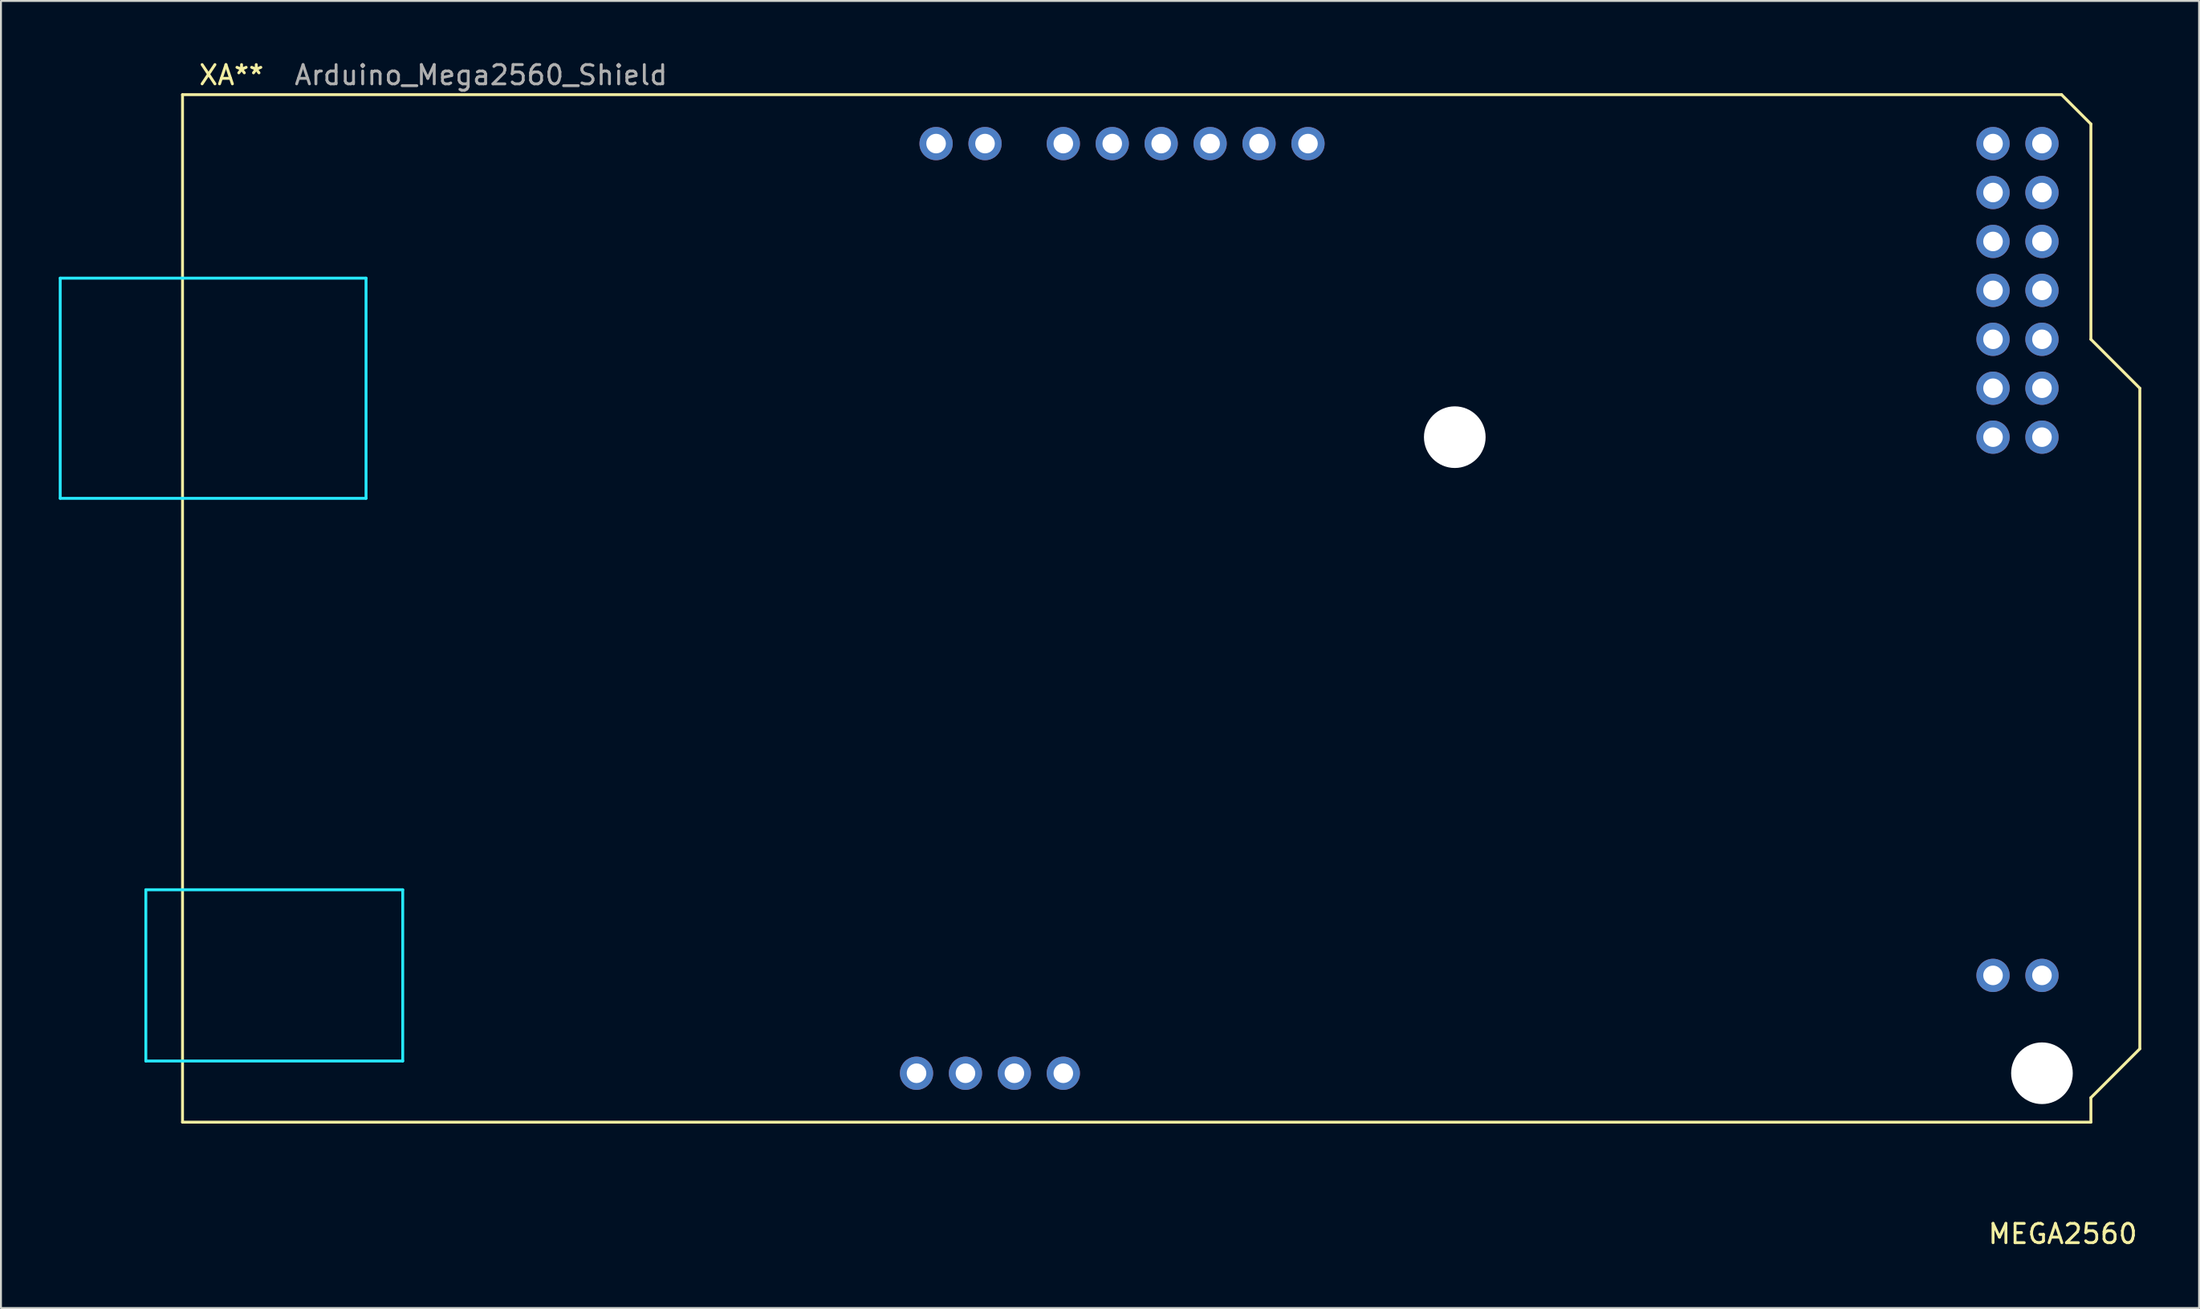
<source format=kicad_pcb>
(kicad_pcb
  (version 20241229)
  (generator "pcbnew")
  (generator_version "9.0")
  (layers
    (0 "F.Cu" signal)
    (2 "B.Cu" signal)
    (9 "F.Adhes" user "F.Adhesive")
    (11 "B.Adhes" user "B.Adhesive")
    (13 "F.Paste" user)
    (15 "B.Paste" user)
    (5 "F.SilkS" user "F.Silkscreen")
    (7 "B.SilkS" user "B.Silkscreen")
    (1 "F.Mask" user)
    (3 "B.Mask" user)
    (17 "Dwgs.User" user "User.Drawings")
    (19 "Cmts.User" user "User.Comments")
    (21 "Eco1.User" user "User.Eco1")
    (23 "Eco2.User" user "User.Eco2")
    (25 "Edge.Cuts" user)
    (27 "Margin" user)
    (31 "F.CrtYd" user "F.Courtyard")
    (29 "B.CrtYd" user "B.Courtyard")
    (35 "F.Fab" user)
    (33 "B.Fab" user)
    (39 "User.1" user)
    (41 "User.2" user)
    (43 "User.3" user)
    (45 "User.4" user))
  (footprint "MEGA2560"
    (layer "F.Cu")
    (at 54.425 29.104)
    (property "Reference" "MEGA2560" (at 49.6 31.9 0) (layer "F.SilkS") (effects (font (size 1 1) (thickness 0.15))))
    (attr through_hole)
    (fp_line (start -48 -27.24) (end -48 26.1) (stroke (width 0.15) (type solid)) (layer "F.SilkS"))
    (fp_line (start -48 -27.24) (end 49.536 -27.24) (stroke (width 0.15) (type solid)) (layer "F.SilkS"))
    (fp_line (start -48 26.1) (end 51.06 26.1) (stroke (width 0.15) (type solid)) (layer "F.SilkS"))
    (fp_line (start 49.536 -27.24) (end 51.06 -25.716) (stroke (width 0.15) (type solid)) (layer "F.SilkS"))
    (fp_line (start 51.06 -14.54) (end 51.06 -25.716) (stroke (width 0.15) (type solid)) (layer "F.SilkS"))
    (fp_line (start 51.06 24.83) (end 53.6 22.29) (stroke (width 0.15) (type solid)) (layer "F.SilkS"))
    (fp_line (start 51.06 26.1) (end 51.06 24.83) (stroke (width 0.15) (type solid)) (layer "F.SilkS"))
    (fp_line (start 53.6 -12) (end 51.06 -14.54) (stroke (width 0.15) (type solid)) (layer "F.SilkS"))
    (fp_line (start 53.6 22.29) (end 53.6 -12) (stroke (width 0.15) (type solid)) (layer "F.SilkS"))
    (fp_line (start -54.35 -17.715) (end -54.35 -6.285) (stroke (width 0.15) (type solid)) (layer "B.CrtYd"))
    (fp_line (start -49.905 14.035) (end -49.905 22.925) (stroke (width 0.15) (type solid)) (layer "B.CrtYd"))
    (fp_line (start -49.905 14.035) (end -36.57 14.035) (stroke (width 0.15) (type solid)) (layer "B.CrtYd"))
    (fp_line (start -49.905 22.925) (end -36.57 22.925) (stroke (width 0.15) (type solid)) (layer "B.CrtYd"))
    (fp_line (start -38.475 -17.715) (end -54.35 -17.715) (stroke (width 0.15) (type solid)) (layer "B.CrtYd"))
    (fp_line (start -38.475 -17.715) (end -38.475 -6.285) (stroke (width 0.15) (type solid)) (layer "B.CrtYd"))
    (fp_line (start -38.475 -6.285) (end -54.35 -6.285) (stroke (width 0.15) (type solid)) (layer "B.CrtYd"))
    (fp_line (start -36.57 14.035) (end -36.57 22.925) (stroke (width 0.15) (type solid)) (layer "B.CrtYd"))
    (fp_text user "XA**" (at -45.46 -28.256 0) (layer "F.SilkS") (effects (font (size 1 1) (thickness 0.15))))
    (fp_text user "Arduino_Mega2560_Shield" (at -32.506 -28.256 0) (layer "F.Fab") (effects (font (size 1 1) (thickness 0.15))))
    (pad "" np_thru_hole circle (at 18.04 -9.46) (size 3.2 3.2) (drill 3.2) (layers "*.Cu" "*.Mask"))
    (pad "" np_thru_hole circle (at 48.52 23.56) (size 3.2 3.2) (drill 3.2) (layers "*.Cu" "*.Mask"))
    (pad "5V1" thru_hole oval (at -9.9 23.56) (size 1.727 1.727) (drill 1.016) (layers "*.Cu" "*.Mask"))
    (pad "5V3" thru_hole oval (at 45.98 -24.7) (size 1.727 1.727) (drill 1.016) (layers "*.Cu" "*.Mask"))
    (pad "5V4" thru_hole oval (at 48.52 -24.7) (size 1.727 1.727) (drill 1.016) (layers "*.Cu" "*.Mask"))
    (pad "D2" thru_hole oval (at 10.42 -24.7) (size 1.727 1.727) (drill 1.016) (layers "*.Cu" "*.Mask"))
    (pad "D3" thru_hole oval (at 7.88 -24.7) (size 1.727 1.727) (drill 1.016) (layers "*.Cu" "*.Mask"))
    (pad "D4" thru_hole oval (at 5.34 -24.7) (size 1.727 1.727) (drill 1.016) (layers "*.Cu" "*.Mask"))
    (pad "D5" thru_hole oval (at 2.8 -24.7) (size 1.727 1.727) (drill 1.016) (layers "*.Cu" "*.Mask"))
    (pad "D6" thru_hole oval (at 0.26 -24.7) (size 1.727 1.727) (drill 1.016) (layers "*.Cu" "*.Mask"))
    (pad "D7" thru_hole oval (at -2.28 -24.7) (size 1.727 1.727) (drill 1.016) (layers "*.Cu" "*.Mask"))
    (pad "D8" thru_hole oval (at -6.344 -24.7) (size 1.727 1.727) (drill 1.016) (layers "*.Cu" "*.Mask"))
    (pad "D9" thru_hole oval (at -8.884 -24.7) (size 1.727 1.727) (drill 1.016) (layers "*.Cu" "*.Mask"))
    (pad "D22" thru_hole oval (at 45.98 -22.16) (size 1.727 1.727) (drill 1.016) (layers "*.Cu" "*.Mask"))
    (pad "D23" thru_hole oval (at 48.52 -22.16) (size 1.727 1.727) (drill 1.016) (layers "*.Cu" "*.Mask"))
    (pad "D24" thru_hole oval (at 45.98 -19.62) (size 1.727 1.727) (drill 1.016) (layers "*.Cu" "*.Mask"))
    (pad "D25" thru_hole oval (at 48.52 -19.62) (size 1.727 1.727) (drill 1.016) (layers "*.Cu" "*.Mask"))
    (pad "D26" thru_hole oval (at 45.98 -17.08) (size 1.727 1.727) (drill 1.016) (layers "*.Cu" "*.Mask"))
    (pad "D27" thru_hole oval (at 48.52 -17.08) (size 1.727 1.727) (drill 1.016) (layers "*.Cu" "*.Mask"))
    (pad "D28" thru_hole oval (at 45.98 -14.54) (size 1.727 1.727) (drill 1.016) (layers "*.Cu" "*.Mask"))
    (pad "D29" thru_hole oval (at 48.52 -14.54) (size 1.727 1.727) (drill 1.016) (layers "*.Cu" "*.Mask"))
    (pad "D30" thru_hole oval (at 45.98 -12) (size 1.727 1.727) (drill 1.016) (layers "*.Cu" "*.Mask"))
    (pad "D31" thru_hole oval (at 48.52 -12) (size 1.727 1.727) (drill 1.016) (layers "*.Cu" "*.Mask"))
    (pad "D32" thru_hole oval (at 45.98 -9.46) (size 1.727 1.727) (drill 1.016) (layers "*.Cu" "*.Mask"))
    (pad "D33" thru_hole oval (at 48.52 -9.46) (size 1.727 1.727) (drill 1.016) (layers "*.Cu" "*.Mask"))
    (pad "GND2" thru_hole oval (at -7.36 23.56) (size 1.727 1.727) (drill 1.016) (layers "*.Cu" "*.Mask"))
    (pad "GND3" thru_hole oval (at -4.82 23.56) (size 1.727 1.727) (drill 1.016) (layers "*.Cu" "*.Mask"))
    (pad "GND5" thru_hole oval (at 45.98 18.48) (size 1.727 1.727) (drill 1.016) (layers "*.Cu" "*.Mask"))
    (pad "GND6" thru_hole oval (at 48.52 18.48) (size 1.727 1.727) (drill 1.016) (layers "*.Cu" "*.Mask"))
    (pad "VIN" thru_hole oval (at -2.28 23.56) (size 1.727 1.727) (drill 1.016) (layers "*.Cu" "*.Mask")))
  (gr_rect
    (start -3 -3)
    (end 111.1 64.853)
    (stroke (width 0.1) (type default))
    (fill no)
    (layer "Edge.Cuts")))
</source>
